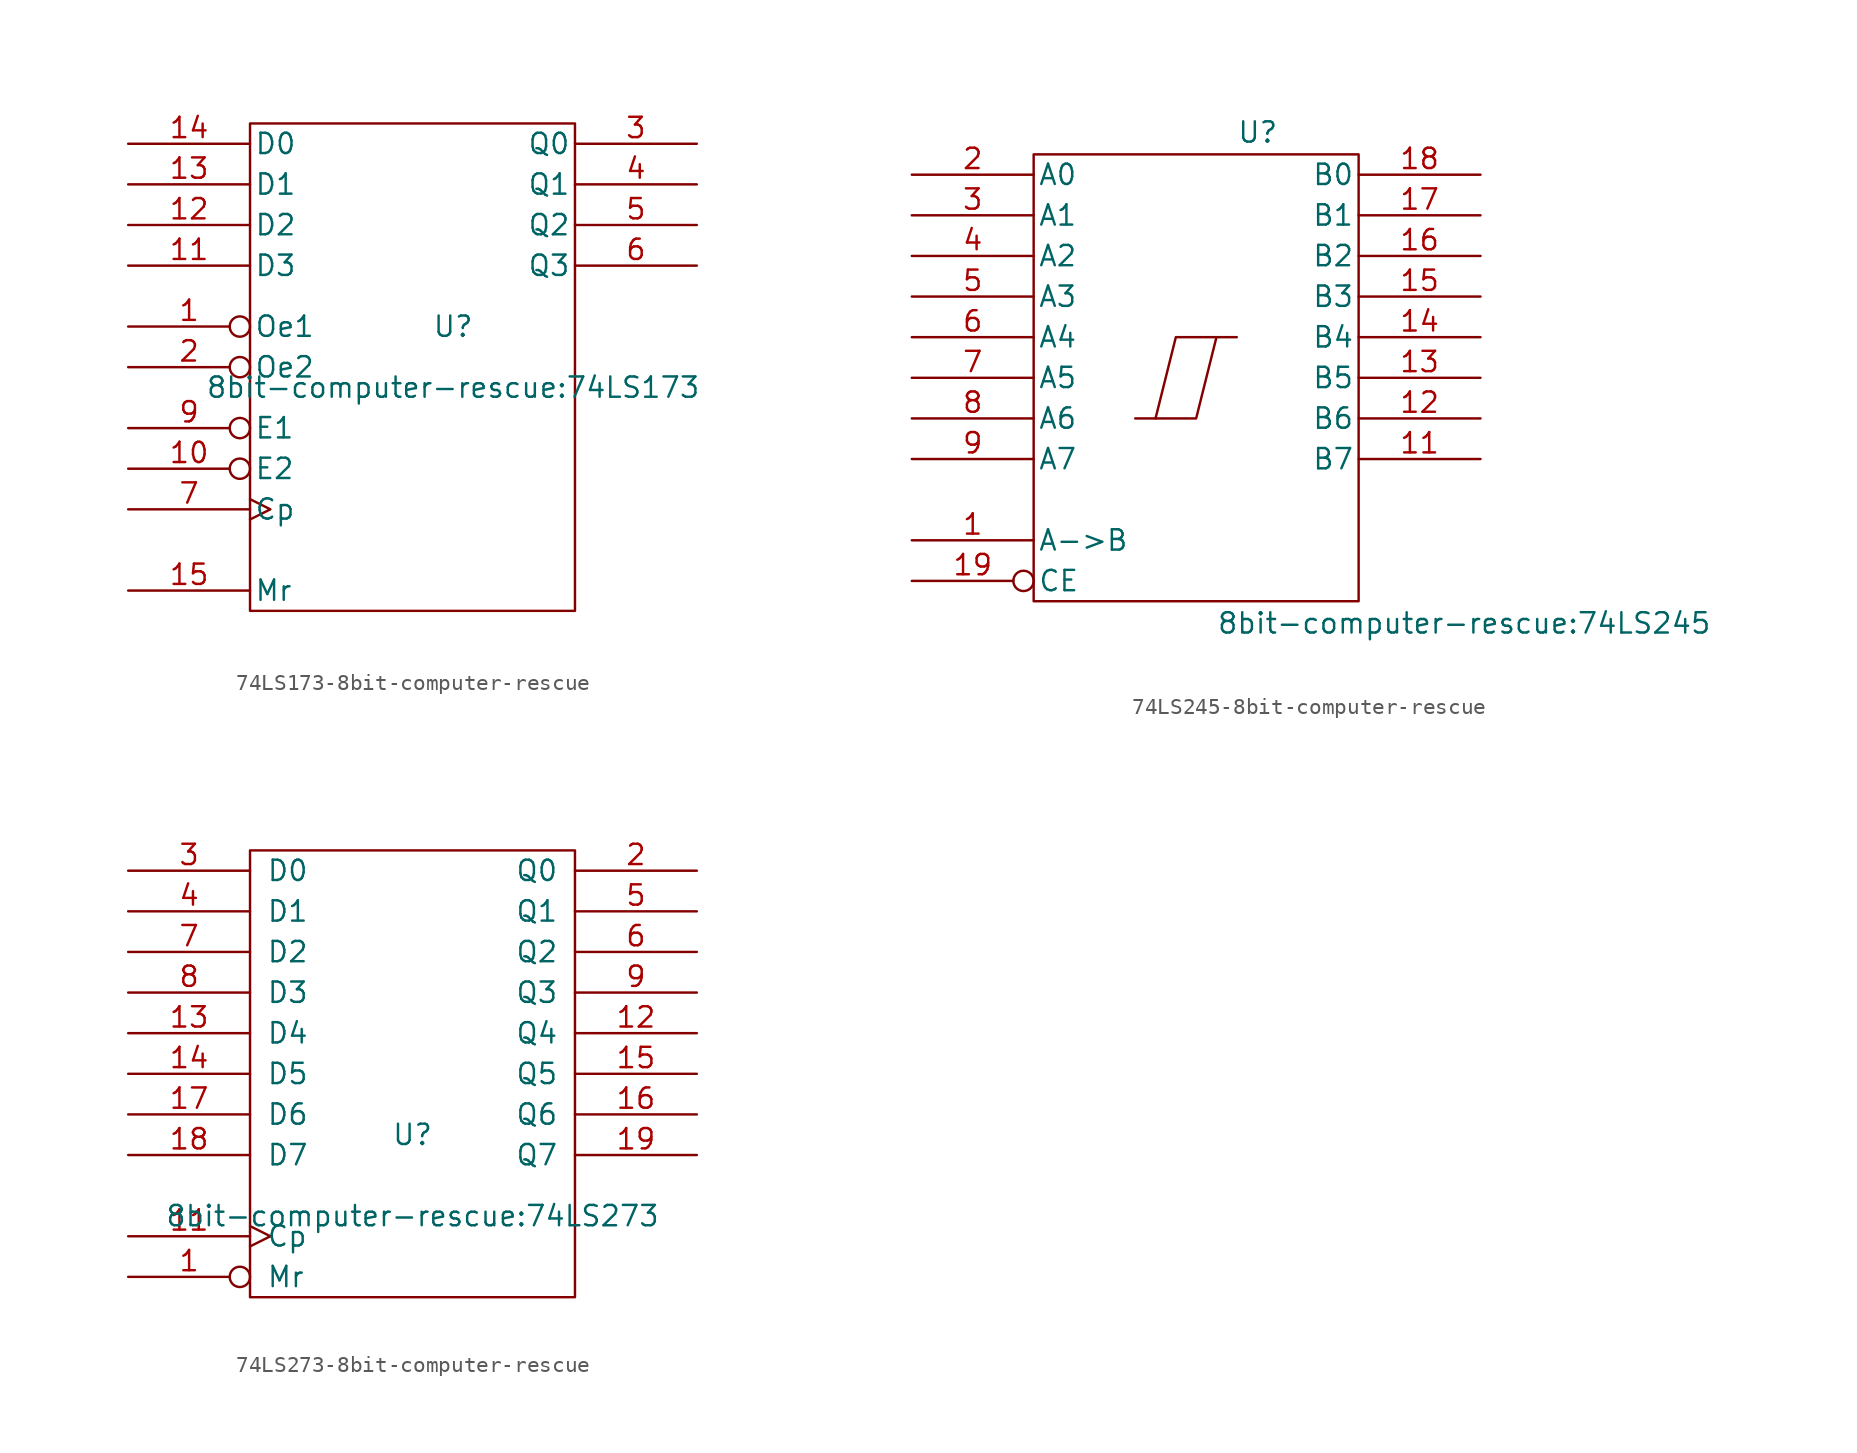
<source format=kicad_sym>
(kicad_symbol_lib
  (version 20220914)
  (generator kicad_symbol_editor)
  (symbol "74LS173-8bit-computer-rescue"
    (pin_names
      (offset 0.254))
    (property "Reference" "U"
      (at 2.54 2.54 0)
      (effects (font (size 1.27 1.27))))
    (property "Value" "8bit-computer-rescue:74LS173"
      (at 2.54 -1.27 0)
      (effects (font (size 1.27 1.27))))
    (symbol "74LS173-8bit-computer-rescue_0_0"
      (pin power_in line (at -7.62 15.24 90) (length 0) hide (name "VCC" (effects (font (size 0.762 0.762)))) (number "16" (effects (font (size 0.762 0.762)))))
      (pin power_in line (at -7.62 -15.24 90) (length 0) hide (name "GND" (effects (font (size 0.762 0.762)))) (number "8" (effects (font (size 0.762 0.762))))))
    (symbol "74LS173-8bit-computer-rescue_0_1"
      (rectangle (start -10.16 15.24) (end 10.16 -15.24) (stroke (width 0) (type solid)) (fill (type none))))
    (symbol "74LS173-8bit-computer-rescue_1_1"
      (pin input inverted (at -17.78 2.54 0) (length 7.62) (name "Oe1" (effects (font (size 1.27 1.27)))) (number "1" (effects (font (size 1.27 1.27)))))
      (pin input inverted (at -17.78 -6.35 0) (length 7.62) (name "E2" (effects (font (size 1.27 1.27)))) (number "10" (effects (font (size 1.27 1.27)))))
      (pin input line (at -17.78 6.35 0) (length 7.62) (name "D3" (effects (font (size 1.27 1.27)))) (number "11" (effects (font (size 1.27 1.27)))))
      (pin input line (at -17.78 8.89 0) (length 7.62) (name "D2" (effects (font (size 1.27 1.27)))) (number "12" (effects (font (size 1.27 1.27)))))
      (pin input line (at -17.78 11.43 0) (length 7.62) (name "D1" (effects (font (size 1.27 1.27)))) (number "13" (effects (font (size 1.27 1.27)))))
      (pin input line (at -17.78 13.97 0) (length 7.62) (name "D0" (effects (font (size 1.27 1.27)))) (number "14" (effects (font (size 1.27 1.27)))))
      (pin input line (at -17.78 -13.97 0) (length 7.62) (name "Mr" (effects (font (size 1.27 1.27)))) (number "15" (effects (font (size 1.27 1.27)))))
      (pin input inverted (at -17.78 0 0) (length 7.62) (name "Oe2" (effects (font (size 1.27 1.27)))) (number "2" (effects (font (size 1.27 1.27)))))
      (pin tri_state line (at 17.78 13.97 180) (length 7.62) (name "Q0" (effects (font (size 1.27 1.27)))) (number "3" (effects (font (size 1.27 1.27)))))
      (pin tri_state line (at 17.78 11.43 180) (length 7.62) (name "Q1" (effects (font (size 1.27 1.27)))) (number "4" (effects (font (size 1.27 1.27)))))
      (pin tri_state line (at 17.78 8.89 180) (length 7.62) (name "Q2" (effects (font (size 1.27 1.27)))) (number "5" (effects (font (size 1.27 1.27)))))
      (pin tri_state line (at 17.78 6.35 180) (length 7.62) (name "Q3" (effects (font (size 1.27 1.27)))) (number "6" (effects (font (size 1.27 1.27)))))
      (pin input clock (at -17.78 -8.89 0) (length 7.62) (name "Cp" (effects (font (size 1.27 1.27)))) (number "7" (effects (font (size 1.27 1.27)))))
      (pin input inverted (at -17.78 -3.81 0) (length 7.62) (name "E1" (effects (font (size 1.27 1.27)))) (number "9" (effects (font (size 1.27 1.27)))))))
  (symbol "74LS245-8bit-computer-rescue"
    (pin_names
      (offset 0.254))
    (property "Reference" "U"
      (at 2.54 14.605 0)
      (effects (font (size 1.27 1.27)) (justify left bottom)))
    (property "Value" "8bit-computer-rescue:74LS245"
      (at 1.27 -14.605 0)
      (effects (font (size 1.27 1.27)) (justify left top)))
    (symbol "74LS245-8bit-computer-rescue_0_0"
      (pin power_in line (at 0 -13.97 90) (length 0) hide (name "GND" (effects (font (size 1.27 1.27)))) (number "10" (effects (font (size 1.27 1.27)))))
      (pin power_in line (at 0 13.97 270) (length 0) hide (name "VCC" (effects (font (size 1.27 1.27)))) (number "20" (effects (font (size 1.27 1.27))))))
    (symbol "74LS245-8bit-computer-rescue_0_1"
      (rectangle (start -10.16 13.97) (end 10.16 -13.97) (stroke (width 0) (type solid)) (fill (type none)))
      (polyline (pts (xy 1.27 2.54) (xy 0 -2.54) (xy -2.54 -2.54)) (stroke (width 0) (type solid)) (fill (type none)))
      (polyline (pts (xy 2.54 2.54) (xy -1.27 2.54) (xy -2.54 -2.54) (xy -3.81 -2.54)) (stroke (width 0) (type solid)) (fill (type none))))
    (symbol "74LS245-8bit-computer-rescue_1_1"
      (pin input line (at -17.78 -10.16 0) (length 7.62) (name "A->B" (effects (font (size 1.27 1.27)))) (number "1" (effects (font (size 1.27 1.27)))))
      (pin tri_state line (at 17.78 -5.08 180) (length 7.62) (name "B7" (effects (font (size 1.27 1.27)))) (number "11" (effects (font (size 1.27 1.27)))))
      (pin tri_state line (at 17.78 -2.54 180) (length 7.62) (name "B6" (effects (font (size 1.27 1.27)))) (number "12" (effects (font (size 1.27 1.27)))))
      (pin tri_state line (at 17.78 0 180) (length 7.62) (name "B5" (effects (font (size 1.27 1.27)))) (number "13" (effects (font (size 1.27 1.27)))))
      (pin tri_state line (at 17.78 2.54 180) (length 7.62) (name "B4" (effects (font (size 1.27 1.27)))) (number "14" (effects (font (size 1.27 1.27)))))
      (pin tri_state line (at 17.78 5.08 180) (length 7.62) (name "B3" (effects (font (size 1.27 1.27)))) (number "15" (effects (font (size 1.27 1.27)))))
      (pin tri_state line (at 17.78 7.62 180) (length 7.62) (name "B2" (effects (font (size 1.27 1.27)))) (number "16" (effects (font (size 1.27 1.27)))))
      (pin tri_state line (at 17.78 10.16 180) (length 7.62) (name "B1" (effects (font (size 1.27 1.27)))) (number "17" (effects (font (size 1.27 1.27)))))
      (pin tri_state line (at 17.78 12.7 180) (length 7.62) (name "B0" (effects (font (size 1.27 1.27)))) (number "18" (effects (font (size 1.27 1.27)))))
      (pin input inverted (at -17.78 -12.7 0) (length 7.62) (name "CE" (effects (font (size 1.27 1.27)))) (number "19" (effects (font (size 1.27 1.27)))))
      (pin tri_state line (at -17.78 12.7 0) (length 7.62) (name "A0" (effects (font (size 1.27 1.27)))) (number "2" (effects (font (size 1.27 1.27)))))
      (pin tri_state line (at -17.78 10.16 0) (length 7.62) (name "A1" (effects (font (size 1.27 1.27)))) (number "3" (effects (font (size 1.27 1.27)))))
      (pin tri_state line (at -17.78 7.62 0) (length 7.62) (name "A2" (effects (font (size 1.27 1.27)))) (number "4" (effects (font (size 1.27 1.27)))))
      (pin tri_state line (at -17.78 5.08 0) (length 7.62) (name "A3" (effects (font (size 1.27 1.27)))) (number "5" (effects (font (size 1.27 1.27)))))
      (pin tri_state line (at -17.78 2.54 0) (length 7.62) (name "A4" (effects (font (size 1.27 1.27)))) (number "6" (effects (font (size 1.27 1.27)))))
      (pin tri_state line (at -17.78 0 0) (length 7.62) (name "A5" (effects (font (size 1.27 1.27)))) (number "7" (effects (font (size 1.27 1.27)))))
      (pin tri_state line (at -17.78 -2.54 0) (length 7.62) (name "A6" (effects (font (size 1.27 1.27)))) (number "8" (effects (font (size 1.27 1.27)))))
      (pin tri_state line (at -17.78 -5.08 0) (length 7.62) (name "A7" (effects (font (size 1.27 1.27)))) (number "9" (effects (font (size 1.27 1.27)))))))
  (symbol "74LS273-8bit-computer-rescue"
    (pin_names
      (offset 1.016))
    (property "Reference" "U"
      (at 0 -3.81 0)
      (effects (font (size 1.27 1.27))))
    (property "Value" "8bit-computer-rescue:74LS273"
      (at 0 -8.89 0)
      (effects (font (size 1.27 1.27))))
    (symbol "74LS273-8bit-computer-rescue_0_0"
      (pin power_in line (at -7.62 -13.97 90) (length 0) hide (name "GND" (effects (font (size 0.762 0.762)))) (number "10" (effects (font (size 0.762 0.762)))))
      (pin power_in line (at -7.62 13.97 90) (length 0) hide (name "VCC" (effects (font (size 0.762 0.762)))) (number "20" (effects (font (size 0.762 0.762))))))
    (symbol "74LS273-8bit-computer-rescue_0_1"
      (rectangle (start -10.16 13.97) (end 10.16 -13.97) (stroke (width 0) (type solid)) (fill (type none))))
    (symbol "74LS273-8bit-computer-rescue_1_1"
      (pin input inverted (at -17.78 -12.7 0) (length 7.62) (name "Mr" (effects (font (size 1.27 1.27)))) (number "1" (effects (font (size 1.27 1.27)))))
      (pin input clock (at -17.78 -10.16 0) (length 7.62) (name "Cp" (effects (font (size 1.27 1.27)))) (number "11" (effects (font (size 1.27 1.27)))))
      (pin output line (at 17.78 2.54 180) (length 7.62) (name "Q4" (effects (font (size 1.27 1.27)))) (number "12" (effects (font (size 1.27 1.27)))))
      (pin input line (at -17.78 2.54 0) (length 7.62) (name "D4" (effects (font (size 1.27 1.27)))) (number "13" (effects (font (size 1.27 1.27)))))
      (pin input line (at -17.78 0 0) (length 7.62) (name "D5" (effects (font (size 1.27 1.27)))) (number "14" (effects (font (size 1.27 1.27)))))
      (pin output line (at 17.78 0 180) (length 7.62) (name "Q5" (effects (font (size 1.27 1.27)))) (number "15" (effects (font (size 1.27 1.27)))))
      (pin output line (at 17.78 -2.54 180) (length 7.62) (name "Q6" (effects (font (size 1.27 1.27)))) (number "16" (effects (font (size 1.27 1.27)))))
      (pin input line (at -17.78 -2.54 0) (length 7.62) (name "D6" (effects (font (size 1.27 1.27)))) (number "17" (effects (font (size 1.27 1.27)))))
      (pin input line (at -17.78 -5.08 0) (length 7.62) (name "D7" (effects (font (size 1.27 1.27)))) (number "18" (effects (font (size 1.27 1.27)))))
      (pin output line (at 17.78 -5.08 180) (length 7.62) (name "Q7" (effects (font (size 1.27 1.27)))) (number "19" (effects (font (size 1.27 1.27)))))
      (pin output line (at 17.78 12.7 180) (length 7.62) (name "Q0" (effects (font (size 1.27 1.27)))) (number "2" (effects (font (size 1.27 1.27)))))
      (pin input line (at -17.78 12.7 0) (length 7.62) (name "D0" (effects (font (size 1.27 1.27)))) (number "3" (effects (font (size 1.27 1.27)))))
      (pin input line (at -17.78 10.16 0) (length 7.62) (name "D1" (effects (font (size 1.27 1.27)))) (number "4" (effects (font (size 1.27 1.27)))))
      (pin output line (at 17.78 10.16 180) (length 7.62) (name "Q1" (effects (font (size 1.27 1.27)))) (number "5" (effects (font (size 1.27 1.27)))))
      (pin output line (at 17.78 7.62 180) (length 7.62) (name "Q2" (effects (font (size 1.27 1.27)))) (number "6" (effects (font (size 1.27 1.27)))))
      (pin input line (at -17.78 7.62 0) (length 7.62) (name "D2" (effects (font (size 1.27 1.27)))) (number "7" (effects (font (size 1.27 1.27)))))
      (pin input line (at -17.78 5.08 0) (length 7.62) (name "D3" (effects (font (size 1.27 1.27)))) (number "8" (effects (font (size 1.27 1.27)))))
      (pin output line (at 17.78 5.08 180) (length 7.62) (name "Q3" (effects (font (size 1.27 1.27)))) (number "9" (effects (font (size 1.27 1.27))))))))
</source>
